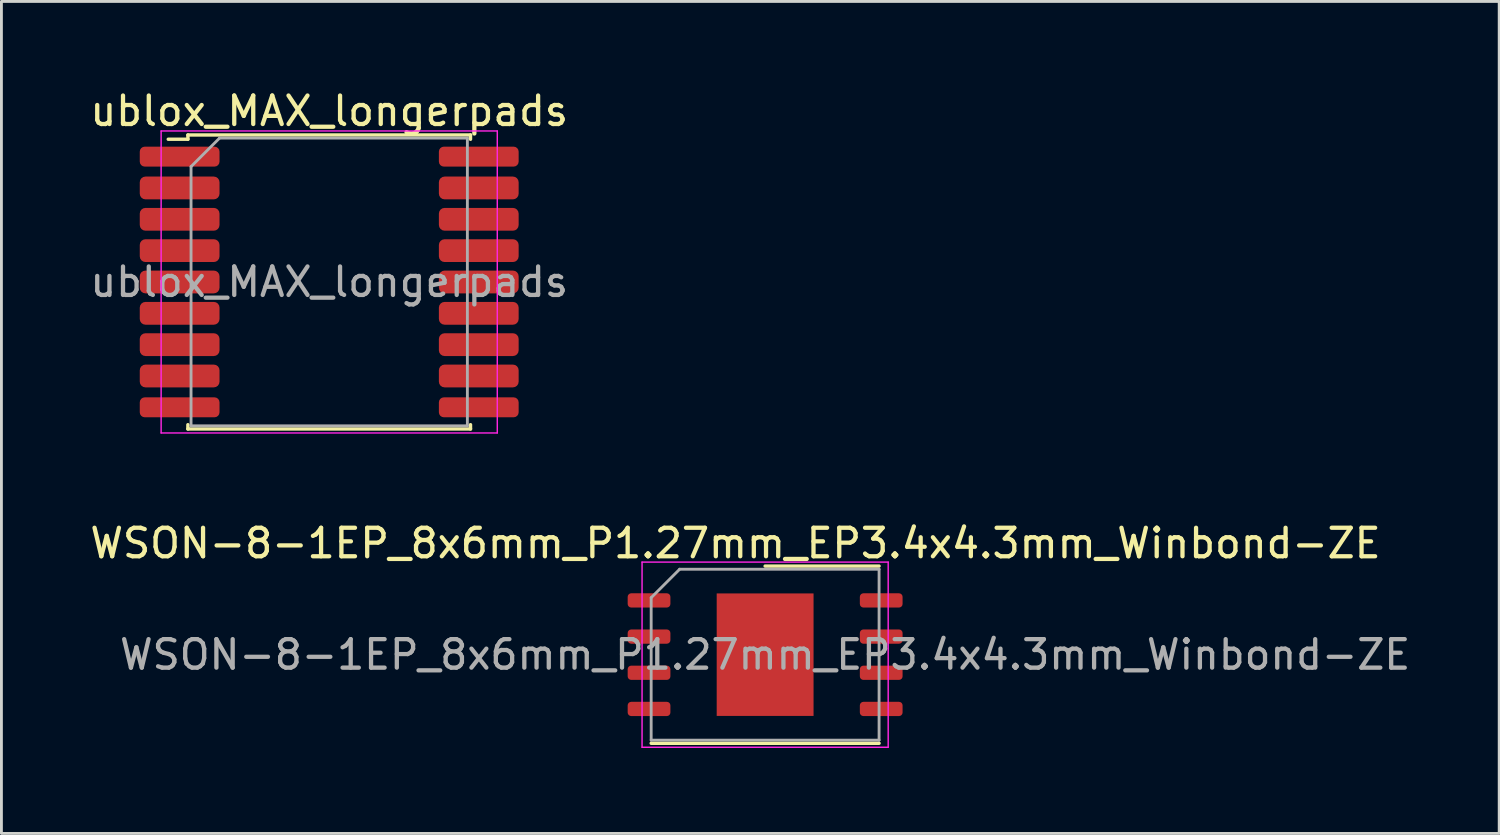
<source format=kicad_pcb>
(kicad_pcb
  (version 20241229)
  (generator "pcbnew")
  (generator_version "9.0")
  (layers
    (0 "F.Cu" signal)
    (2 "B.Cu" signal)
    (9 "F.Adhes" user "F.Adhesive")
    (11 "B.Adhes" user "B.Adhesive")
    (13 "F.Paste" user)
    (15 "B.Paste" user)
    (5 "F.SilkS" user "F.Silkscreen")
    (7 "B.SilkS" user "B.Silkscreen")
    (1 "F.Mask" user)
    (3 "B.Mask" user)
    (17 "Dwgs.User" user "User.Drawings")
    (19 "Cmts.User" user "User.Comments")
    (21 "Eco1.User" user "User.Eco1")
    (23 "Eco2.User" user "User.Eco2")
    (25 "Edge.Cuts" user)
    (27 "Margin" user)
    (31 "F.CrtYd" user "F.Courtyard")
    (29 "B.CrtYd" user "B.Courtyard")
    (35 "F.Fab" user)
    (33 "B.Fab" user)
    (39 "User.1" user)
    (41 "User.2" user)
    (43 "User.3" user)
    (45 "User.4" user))
  (footprint "ublox_MAX_longerpads"
    (layer "F.Cu")
    (at 8.506 6.848)
    (property "Reference" "ublox_MAX_longerpads" (at 0 -6 0) (layer "F.SilkS") (effects (font (size 1 1) (thickness 0.15))))
    (attr smd)
    (fp_line (start -5.65 -5.01) (end -4.96 -5.01) (stroke (width 0.12) (type solid)) (layer "F.SilkS"))
    (fp_line (start -4.96 -5.16) (end -4.96 -5.01) (stroke (width 0.12) (type solid)) (layer "F.SilkS"))
    (fp_line (start -4.96 -5.16) (end 4.96 -5.16) (stroke (width 0.12) (type solid)) (layer "F.SilkS"))
    (fp_line (start -4.96 5.01) (end -4.96 5.16) (stroke (width 0.12) (type solid)) (layer "F.SilkS"))
    (fp_line (start -4.96 5.16) (end 4.96 5.16) (stroke (width 0.12) (type solid)) (layer "F.SilkS"))
    (fp_line (start 4.96 -5.16) (end 4.96 -5.01) (stroke (width 0.12) (type solid)) (layer "F.SilkS"))
    (fp_line (start 4.96 5.01) (end 4.96 5.16) (stroke (width 0.12) (type solid)) (layer "F.SilkS"))
    (fp_line (start -5.9 -5.3) (end -5.9 5.3) (stroke (width 0.05) (type solid)) (layer "F.CrtYd"))
    (fp_line (start -5.9 -5.3) (end 5.9 -5.3) (stroke (width 0.05) (type solid)) (layer "F.CrtYd"))
    (fp_line (start -5.9 5.3) (end 5.9 5.3) (stroke (width 0.05) (type solid)) (layer "F.CrtYd"))
    (fp_line (start 5.9 -5.3) (end 5.9 5.3) (stroke (width 0.05) (type solid)) (layer "F.CrtYd"))
    (fp_line (start -4.85 -4.05) (end -4.85 5.05) (stroke (width 0.1) (type solid)) (layer "F.Fab"))
    (fp_line (start -4.85 5.05) (end 4.85 5.05) (stroke (width 0.1) (type solid)) (layer "F.Fab"))
    (fp_line (start -3.85 -5.05) (end -4.85 -4.05) (stroke (width 0.1) (type solid)) (layer "F.Fab"))
    (fp_line (start -3.85 -5.05) (end 4.85 -5.05) (stroke (width 0.1) (type solid)) (layer "F.Fab"))
    (fp_line (start 4.85 -5.05) (end 4.85 5.05) (stroke (width 0.1) (type solid)) (layer "F.Fab"))
    (fp_text user "${REFERENCE}" (at 0 0 0) (layer "F.Fab") (effects (font (size 1 1) (thickness 0.15))))
    (pad "1" smd roundrect (at -5.25 -4.4) (size 2.8 0.7) (layers "F.Cu" "F.Mask" "F.Paste") (roundrect_rratio 0.25))
    (pad "2" smd roundrect (at -5.25 -3.3) (size 2.8 0.8) (layers "F.Cu" "F.Mask" "F.Paste") (roundrect_rratio 0.25))
    (pad "3" smd roundrect (at -5.25 -2.2) (size 2.8 0.8) (layers "F.Cu" "F.Mask" "F.Paste") (roundrect_rratio 0.25))
    (pad "4" smd roundrect (at -5.25 -1.1) (size 2.8 0.8) (layers "F.Cu" "F.Mask" "F.Paste") (roundrect_rratio 0.25))
    (pad "5" smd roundrect (at -5.25 0) (size 2.8 0.8) (layers "F.Cu" "F.Mask" "F.Paste") (roundrect_rratio 0.25))
    (pad "6" smd roundrect (at -5.25 1.1) (size 2.8 0.8) (layers "F.Cu" "F.Mask" "F.Paste") (roundrect_rratio 0.25))
    (pad "7" smd roundrect (at -5.25 2.2) (size 2.8 0.8) (layers "F.Cu" "F.Mask" "F.Paste") (roundrect_rratio 0.25))
    (pad "8" smd roundrect (at -5.25 3.3) (size 2.8 0.8) (layers "F.Cu" "F.Mask" "F.Paste") (roundrect_rratio 0.25))
    (pad "9" smd roundrect (at -5.25 4.4) (size 2.8 0.7) (layers "F.Cu" "F.Mask" "F.Paste") (roundrect_rratio 0.25))
    (pad "10" smd roundrect (at 5.25 4.4) (size 2.8 0.7) (layers "F.Cu" "F.Mask" "F.Paste") (roundrect_rratio 0.25))
    (pad "11" smd roundrect (at 5.25 3.3) (size 2.8 0.8) (layers "F.Cu" "F.Mask" "F.Paste") (roundrect_rratio 0.25))
    (pad "12" smd roundrect (at 5.25 2.2) (size 2.8 0.8) (layers "F.Cu" "F.Mask" "F.Paste") (roundrect_rratio 0.25))
    (pad "13" smd roundrect (at 5.25 1.1) (size 2.8 0.8) (layers "F.Cu" "F.Mask" "F.Paste") (roundrect_rratio 0.25))
    (pad "14" smd roundrect (at 5.25 0) (size 2.8 0.8) (layers "F.Cu" "F.Mask" "F.Paste") (roundrect_rratio 0.25))
    (pad "15" smd roundrect (at 5.25 -1.1) (size 2.8 0.8) (layers "F.Cu" "F.Mask" "F.Paste") (roundrect_rratio 0.25))
    (pad "16" smd roundrect (at 5.25 -2.2) (size 2.8 0.8) (layers "F.Cu" "F.Mask" "F.Paste") (roundrect_rratio 0.25))
    (pad "17" smd roundrect (at 5.25 -3.3) (size 2.8 0.8) (layers "F.Cu" "F.Mask" "F.Paste") (roundrect_rratio 0.25))
    (pad "18" smd roundrect (at 5.25 -4.4) (size 2.8 0.7) (layers "F.Cu" "F.Mask" "F.Paste") (roundrect_rratio 0.25)))
  (footprint "WSON-8-1EP_8x6mm_P1.27mm_EP3.4x4.3mm_Winbond-ZE"
    (layer "F.Cu")
    (at 23.808 19.931)
    (property "Reference" "WSON-8-1EP_8x6mm_P1.27mm_EP3.4x4.3mm_Winbond-ZE" (at -1.04 -3.91 0) (layer "F.SilkS") (effects (font (size 1 1) (thickness 0.15))))
    (attr smd)
    (fp_line (start -4 3.11) (end 4 3.11) (stroke (width 0.12) (type solid)) (layer "F.SilkS"))
    (fp_line (start 0 -3.11) (end 4 -3.11) (stroke (width 0.12) (type solid)) (layer "F.SilkS"))
    (fp_line (start -4.32 -3.25) (end -4.32 3.25) (stroke (width 0.05) (type solid)) (layer "F.CrtYd"))
    (fp_line (start -4.32 3.25) (end 4.32 3.25) (stroke (width 0.05) (type solid)) (layer "F.CrtYd"))
    (fp_line (start 4.32 -3.25) (end -4.32 -3.25) (stroke (width 0.05) (type solid)) (layer "F.CrtYd"))
    (fp_line (start 4.32 3.25) (end 4.32 -3.25) (stroke (width 0.05) (type solid)) (layer "F.CrtYd"))
    (fp_line (start -4 -2) (end -3 -3) (stroke (width 0.1) (type solid)) (layer "F.Fab"))
    (fp_line (start -4 3) (end -4 -2) (stroke (width 0.1) (type solid)) (layer "F.Fab"))
    (fp_line (start -3 -3) (end 4 -3) (stroke (width 0.1) (type solid)) (layer "F.Fab"))
    (fp_line (start 4 -3) (end 4 3) (stroke (width 0.1) (type solid)) (layer "F.Fab"))
    (fp_line (start 4 3) (end -4 3) (stroke (width 0.1) (type solid)) (layer "F.Fab"))
    (fp_text user "${REFERENCE}" (at 0 0 0) (layer "F.Fab") (effects (font (size 1 1) (thickness 0.15))))
    (pad "" smd roundrect (at -0.85 -1.075) (size 1.37 1.73) (layers "F.Paste") (roundrect_rratio 0.182))
    (pad "" smd roundrect (at -0.85 1.075) (size 1.37 1.73) (layers "F.Paste") (roundrect_rratio 0.182))
    (pad "" smd roundrect (at 0.85 -1.075) (size 1.37 1.73) (layers "F.Paste") (roundrect_rratio 0.182))
    (pad "" smd roundrect (at 0.85 1.075) (size 1.37 1.73) (layers "F.Paste") (roundrect_rratio 0.182))
    (pad "1" smd roundrect (at -4.075 -1.905) (size 1.5 0.5) (layers "F.Cu" "F.Mask" "F.Paste") (roundrect_rratio 0.25))
    (pad "2" smd roundrect (at -4.075 -0.635) (size 1.5 0.5) (layers "F.Cu" "F.Mask" "F.Paste") (roundrect_rratio 0.25))
    (pad "3" smd roundrect (at -4.075 0.635) (size 1.5 0.5) (layers "F.Cu" "F.Mask" "F.Paste") (roundrect_rratio 0.25))
    (pad "4" smd roundrect (at -4.075 1.905) (size 1.5 0.5) (layers "F.Cu" "F.Mask" "F.Paste") (roundrect_rratio 0.25))
    (pad "5" smd roundrect (at 4.075 1.905) (size 1.5 0.5) (layers "F.Cu" "F.Mask" "F.Paste") (roundrect_rratio 0.25))
    (pad "6" smd roundrect (at 4.075 0.635) (size 1.5 0.5) (layers "F.Cu" "F.Mask" "F.Paste") (roundrect_rratio 0.25))
    (pad "7" smd roundrect (at 4.075 -0.635) (size 1.5 0.5) (layers "F.Cu" "F.Mask" "F.Paste") (roundrect_rratio 0.25))
    (pad "8" smd roundrect (at 4.075 -1.905) (size 1.5 0.5) (layers "F.Cu" "F.Mask" "F.Paste") (roundrect_rratio 0.25))
    (pad "9" smd rect (at 0 0) (size 3.4 4.3) (layers "F.Cu" "F.Mask")))
  (gr_rect
    (start -3 -3)
    (end 49.576 26.206)
    (stroke (width 0.1) (type default))
    (fill no)
    (layer "Edge.Cuts")))
</source>
